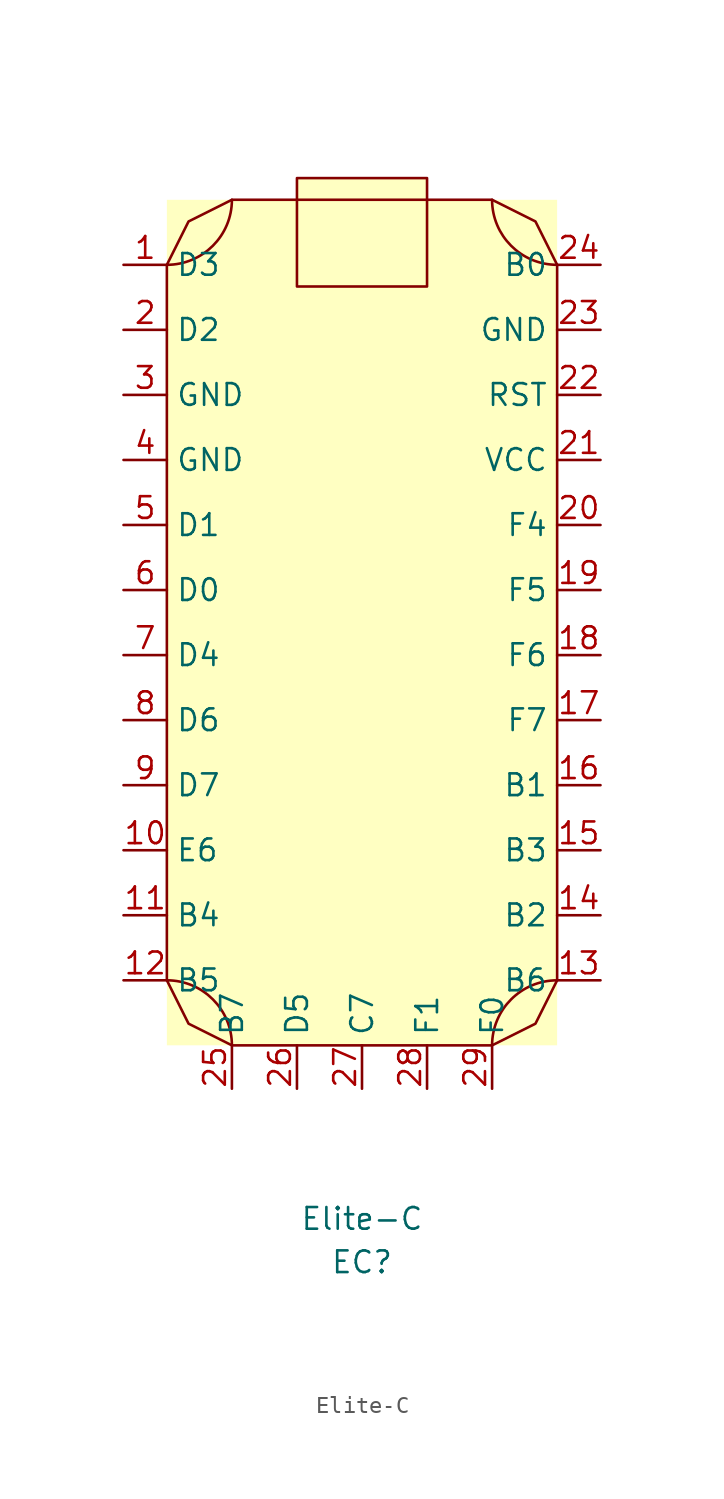
<source format=kicad_sym>
(kicad_symbol_lib
  (version 20211014)
  (generator kicad_symbol_editor)
  (symbol "Elite-C"
    (property "Reference" "EC"
      (at 0 -39.37 0)
      (effects (font (size 1.27 1.27))))
    (property "Value" "Elite-C"
      (at 0 -36.83 0)
      (effects (font (size 1.27 1.27))))
    (symbol "Elite-C_0_1"
      (arc (start -11.43 19.05) (mid -4.9259 16.3559) (end -7.62 22.86) (stroke (width 0) (type default) (color 0 0 0 0)) (fill (type background)))
      (arc (start -7.62 -26.67) (mid -4.9259 -20.1659) (end -11.43 -22.86) (stroke (width 0) (type default) (color 0 0 0 0)) (fill (type background)))
      (polyline (pts (xy -3.81 24.13) (xy -3.81 17.78) (xy 3.81 17.78) (xy 3.81 24.13) (xy -3.81 24.13)) (stroke (width 0) (type default) (color 0 0 0 0)) (fill (type background)))
      (polyline (pts (xy -7.62 22.86) (xy 7.62 22.86) (xy 10.16 21.59) (xy 11.43 19.05) (xy 11.43 -22.86) (xy 10.16 -25.4) (xy 7.62 -26.67) (xy -7.62 -26.67) (xy -10.16 -25.4) (xy -11.43 -22.86) (xy -11.43 19.05) (xy -10.16 21.59) (xy -7.62 22.86)) (stroke (width 0) (type default) (color 0 0 0 0)) (fill (type background)))
      (arc (start 7.62 22.86) (mid 4.9259 16.3559) (end 11.43 19.05) (stroke (width 0) (type default) (color 0 0 0 0)) (fill (type background)))
      (arc (start 11.43 -22.86) (mid 4.9259 -20.1659) (end 7.62 -26.67) (stroke (width 0) (type default) (color 0 0 0 0)) (fill (type background))))
    (symbol "Elite-C_1_1"
      (pin output line (at -13.97 19.05 0) (length 2.54) (name "D3" (effects (font (size 1.27 1.27)))) (number "1" (effects (font (size 1.27 1.27)))))
      (pin output line (at -13.97 -15.24 0) (length 2.54) (name "E6" (effects (font (size 1.27 1.27)))) (number "10" (effects (font (size 1.27 1.27)))))
      (pin output line (at -13.97 -19.05 0) (length 2.54) (name "B4" (effects (font (size 1.27 1.27)))) (number "11" (effects (font (size 1.27 1.27)))))
      (pin output line (at -13.97 -22.86 0) (length 2.54) (name "B5" (effects (font (size 1.27 1.27)))) (number "12" (effects (font (size 1.27 1.27)))))
      (pin output line (at 13.97 -22.86 180) (length 2.54) (name "B6" (effects (font (size 1.27 1.27)))) (number "13" (effects (font (size 1.27 1.27)))))
      (pin bidirectional line (at 13.97 -19.05 180) (length 2.54) (name "B2" (effects (font (size 1.27 1.27)))) (number "14" (effects (font (size 1.27 1.27)))))
      (pin bidirectional line (at 13.97 -15.24 180) (length 2.54) (name "B3" (effects (font (size 1.27 1.27)))) (number "15" (effects (font (size 1.27 1.27)))))
      (pin bidirectional line (at 13.97 -11.43 180) (length 2.54) (name "B1" (effects (font (size 1.27 1.27)))) (number "16" (effects (font (size 1.27 1.27)))))
      (pin output line (at 13.97 -7.62 180) (length 2.54) (name "F7" (effects (font (size 1.27 1.27)))) (number "17" (effects (font (size 1.27 1.27)))))
      (pin output line (at 13.97 -3.81 180) (length 2.54) (name "F6" (effects (font (size 1.27 1.27)))) (number "18" (effects (font (size 1.27 1.27)))))
      (pin output line (at 13.97 0 180) (length 2.54) (name "F5" (effects (font (size 1.27 1.27)))) (number "19" (effects (font (size 1.27 1.27)))))
      (pin output line (at -13.97 15.24 0) (length 2.54) (name "D2" (effects (font (size 1.27 1.27)))) (number "2" (effects (font (size 1.27 1.27)))))
      (pin output line (at 13.97 3.81 180) (length 2.54) (name "F4" (effects (font (size 1.27 1.27)))) (number "20" (effects (font (size 1.27 1.27)))))
      (pin power_out line (at 13.97 7.62 180) (length 2.54) (name "VCC" (effects (font (size 1.27 1.27)))) (number "21" (effects (font (size 1.27 1.27)))))
      (pin input line (at 13.97 11.43 180) (length 2.54) (name "RST" (effects (font (size 1.27 1.27)))) (number "22" (effects (font (size 1.27 1.27)))))
      (pin power_out line (at 13.97 15.24 180) (length 2.54) (name "GND" (effects (font (size 1.27 1.27)))) (number "23" (effects (font (size 1.27 1.27)))))
      (pin output line (at 13.97 19.05 180) (length 2.54) (name "B0" (effects (font (size 1.27 1.27)))) (number "24" (effects (font (size 1.27 1.27)))))
      (pin output line (at -7.62 -29.21 90) (length 2.54) (name "B7" (effects (font (size 1.27 1.27)))) (number "25" (effects (font (size 1.27 1.27)))))
      (pin output line (at -3.81 -29.21 90) (length 2.54) (name "D5" (effects (font (size 1.27 1.27)))) (number "26" (effects (font (size 1.27 1.27)))))
      (pin output line (at 0 -29.21 90) (length 2.54) (name "C7" (effects (font (size 1.27 1.27)))) (number "27" (effects (font (size 1.27 1.27)))))
      (pin output line (at 3.81 -29.21 90) (length 2.54) (name "F1" (effects (font (size 1.27 1.27)))) (number "28" (effects (font (size 1.27 1.27)))))
      (pin input line (at 7.62 -29.21 90) (length 2.54) (name "F0" (effects (font (size 1.27 1.27)))) (number "29" (effects (font (size 1.27 1.27)))))
      (pin power_out line (at -13.97 11.43 0) (length 2.54) (name "GND" (effects (font (size 1.27 1.27)))) (number "3" (effects (font (size 1.27 1.27)))))
      (pin power_out line (at -13.97 7.62 0) (length 2.54) (name "GND" (effects (font (size 1.27 1.27)))) (number "4" (effects (font (size 1.27 1.27)))))
      (pin bidirectional line (at -13.97 3.81 0) (length 2.54) (name "D1" (effects (font (size 1.27 1.27)))) (number "5" (effects (font (size 1.27 1.27)))))
      (pin bidirectional line (at -13.97 0 0) (length 2.54) (name "D0" (effects (font (size 1.27 1.27)))) (number "6" (effects (font (size 1.27 1.27)))))
      (pin output line (at -13.97 -3.81 0) (length 2.54) (name "D4" (effects (font (size 1.27 1.27)))) (number "7" (effects (font (size 1.27 1.27)))))
      (pin output line (at -13.97 -7.62 0) (length 2.54) (name "D6" (effects (font (size 1.27 1.27)))) (number "8" (effects (font (size 1.27 1.27)))))
      (pin output line (at -13.97 -11.43 0) (length 2.54) (name "D7" (effects (font (size 1.27 1.27)))) (number "9" (effects (font (size 1.27 1.27))))))))
</source>
